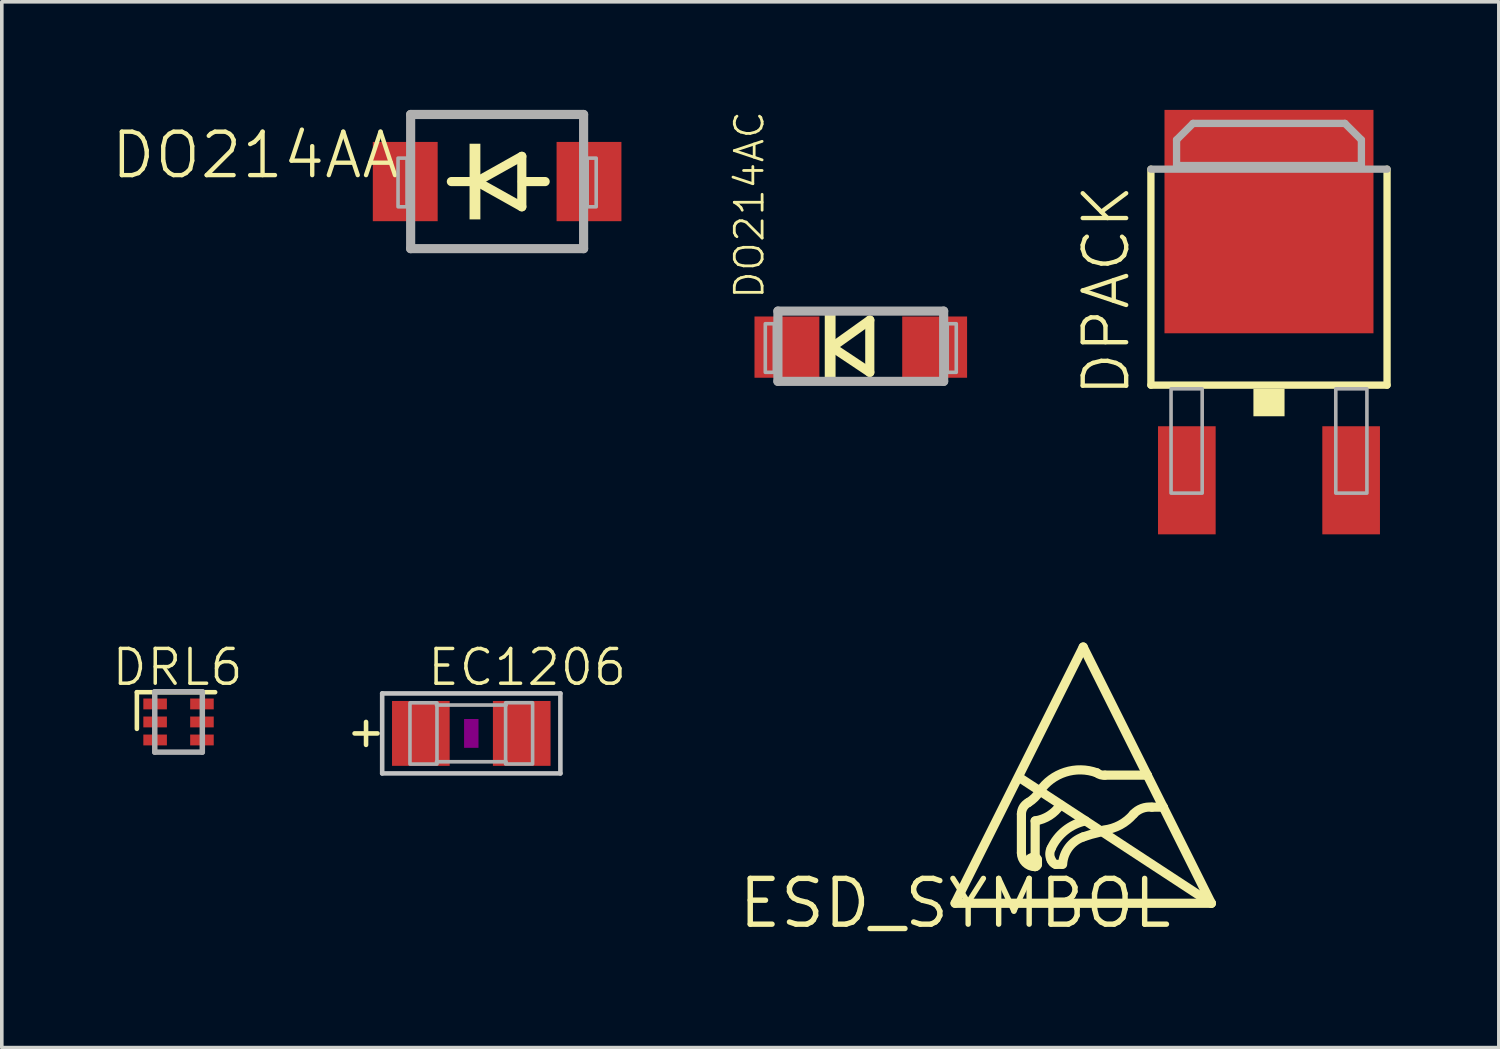
<source format=kicad_pcb>
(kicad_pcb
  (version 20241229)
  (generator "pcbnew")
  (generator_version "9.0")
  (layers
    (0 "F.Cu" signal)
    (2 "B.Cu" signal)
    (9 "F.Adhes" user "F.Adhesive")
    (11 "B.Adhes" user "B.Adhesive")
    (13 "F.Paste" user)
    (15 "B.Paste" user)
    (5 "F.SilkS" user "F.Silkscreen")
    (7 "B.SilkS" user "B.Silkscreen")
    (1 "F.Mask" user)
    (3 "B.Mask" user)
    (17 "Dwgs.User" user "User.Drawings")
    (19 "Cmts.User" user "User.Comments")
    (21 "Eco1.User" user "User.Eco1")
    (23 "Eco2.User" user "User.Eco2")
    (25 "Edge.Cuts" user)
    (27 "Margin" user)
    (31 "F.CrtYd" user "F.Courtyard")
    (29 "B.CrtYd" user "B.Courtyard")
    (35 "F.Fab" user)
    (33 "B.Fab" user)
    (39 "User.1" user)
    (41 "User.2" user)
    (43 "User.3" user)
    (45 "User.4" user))
  (footprint "DRL6"
    (layer "F.Cu")
    (at 1.905 16.987)
    (property "Reference" "DRL6" (at -1.905 -0.953 0) (layer "F.SilkS") (effects (font (size 0.965 0.965) (thickness 0.097)) (justify left bottom)))
    (attr through_hole)
    (fp_line (start -1.156 -0.826) (end -1.156 0.191) (stroke (width 0.127) (type solid)) (layer "F.SilkS"))
    (fp_line (start 1.016 -0.826) (end -1.156 -0.826) (stroke (width 0.127) (type solid)) (layer "F.SilkS"))
    (fp_line (start -0.66 -0.838) (end -0.66 0.838) (stroke (width 0.152) (type solid)) (layer "F.Fab"))
    (fp_line (start -0.66 0.838) (end 0.66 0.838) (stroke (width 0.152) (type solid)) (layer "F.Fab"))
    (fp_line (start 0.66 -0.838) (end -0.66 -0.838) (stroke (width 0.152) (type solid)) (layer "F.Fab"))
    (fp_line (start 0.66 0.838) (end 0.66 -0.838) (stroke (width 0.152) (type solid)) (layer "F.Fab"))
    (pad "1" smd rect (at -0.65 -0.5) (size 0.654 0.301) (layers "F.Cu" "F.Mask" "F.Paste"))
    (pad "2" smd rect (at -0.65 0) (size 0.654 0.301) (layers "F.Cu" "F.Mask" "F.Paste"))
    (pad "3" smd rect (at -0.65 0.5) (size 0.654 0.301) (layers "F.Cu" "F.Mask" "F.Paste"))
    (pad "4" smd rect (at 0.65 0.5) (size 0.654 0.301) (layers "F.Cu" "F.Mask" "F.Paste"))
    (pad "5" smd rect (at 0.65 0) (size 0.654 0.301) (layers "F.Cu" "F.Mask" "F.Paste"))
    (pad "6" smd rect (at 0.65 -0.5) (size 0.654 0.301) (layers "F.Cu" "F.Mask" "F.Paste")))
  (footprint "DO214AC"
    (layer "F.Cu")
    (at 20.84 6.584)
    (property "Reference" "DO214AC" (at -2.64 -1.286 90) (layer "F.SilkS") (effects (font (size 0.772 0.772) (thickness 0.077)) (justify left bottom)))
    (attr through_hole)
    (fp_line (start -0.8 0) (end 0.25 -0.75) (stroke (width 0.254) (type solid)) (layer "F.SilkS"))
    (fp_line (start 0.25 -0.75) (end 0.25 0.7) (stroke (width 0.254) (type solid)) (layer "F.SilkS"))
    (fp_line (start 0.25 0.7) (end -0.8 0) (stroke (width 0.254) (type solid)) (layer "F.SilkS"))
    (fp_poly (pts (xy -1 1.05) (xy -0.7 1.05) (xy -0.7 -1.05) (xy -1 -1.05)) (stroke (width 0) (type solid)) (fill yes) (layer "F.SilkS"))
    (fp_line (start -2.3 -1) (end 2.3 -1) (stroke (width 0.254) (type solid)) (layer "F.Fab"))
    (fp_line (start -2.3 0.95) (end -2.3 -1) (stroke (width 0.254) (type solid)) (layer "F.Fab"))
    (fp_line (start 2.3 -1) (end 2.3 0.95) (stroke (width 0.254) (type solid)) (layer "F.Fab"))
    (fp_line (start 2.3 0.95) (end -2.3 0.95) (stroke (width 0.254) (type solid)) (layer "F.Fab"))
    (fp_poly (pts (xy -2.65 0.7) (xy -2.4 0.7) (xy -2.4 -0.65) (xy -2.65 -0.65)) (stroke (width 0.1) (type solid)) (fill no) (layer "F.Fab"))
    (fp_poly (pts (xy 2.4 0.7) (xy 2.65 0.7) (xy 2.65 -0.65) (xy 2.4 -0.65)) (stroke (width 0.1) (type solid)) (fill no) (layer "F.Fab"))
    (pad "A" smd rect (at 2.05 0) (size 1.8 1.7) (layers "F.Cu" "F.Mask" "F.Paste"))
    (pad "C" smd rect (at -2.05 0) (size 1.8 1.7) (layers "F.Cu" "F.Mask" "F.Paste")))
  (footprint "DO214AA"
    (layer "F.Cu")
    (at 10.747 1.989)
    (property "Reference" "DO214AA" (at -2.64 -1.436 0) (layer "F.SilkS") (effects (font (size 1.206 1.206) (thickness 0.121)) (justify right top)))
    (attr through_hole)
    (fp_line (start -0.635 0) (end -1.27 0) (stroke (width 0.254) (type solid)) (layer "F.SilkS"))
    (fp_line (start -0.565 0) (end 0.685 -0.7) (stroke (width 0.254) (type solid)) (layer "F.SilkS"))
    (fp_line (start 0.685 -0.7) (end 0.685 0.7) (stroke (width 0.254) (type solid)) (layer "F.SilkS"))
    (fp_line (start 0.685 0.7) (end -0.565 0) (stroke (width 0.254) (type solid)) (layer "F.SilkS"))
    (fp_line (start 1.333 0) (end 0.699 0) (stroke (width 0.254) (type solid)) (layer "F.SilkS"))
    (fp_poly (pts (xy -0.765 1.05) (xy -0.465 1.05) (xy -0.465 -1.05) (xy -0.765 -1.05)) (stroke (width 0) (type solid)) (fill yes) (layer "F.SilkS"))
    (fp_line (start -2.4 -1.862) (end 2.4 -1.862) (stroke (width 0.254) (type solid)) (layer "F.Fab"))
    (fp_line (start -2.4 1.862) (end -2.4 -1.862) (stroke (width 0.254) (type solid)) (layer "F.Fab"))
    (fp_line (start 2.4 -1.862) (end 2.4 1.862) (stroke (width 0.254) (type solid)) (layer "F.Fab"))
    (fp_line (start 2.4 1.862) (end -2.4 1.862) (stroke (width 0.254) (type solid)) (layer "F.Fab"))
    (fp_poly (pts (xy -2.75 0.7) (xy -2.5 0.7) (xy -2.5 -0.65) (xy -2.75 -0.65)) (stroke (width 0.1) (type solid)) (fill no) (layer "F.Fab"))
    (fp_poly (pts (xy 2.5 0.7) (xy 2.75 0.7) (xy 2.75 -0.65) (xy 2.5 -0.65)) (stroke (width 0.1) (type solid)) (fill no) (layer "F.Fab"))
    (pad "A" smd rect (at 2.55 0) (size 1.8 2.2) (layers "F.Cu" "F.Mask" "F.Paste"))
    (pad "C" smd rect (at -2.55 0) (size 1.8 2.2) (layers "F.Cu" "F.Mask" "F.Paste")))
  (footprint "EC1206"
    (layer "F.Cu")
    (at 10.03 17.305)
    (property "Reference" "EC1206" (at -1.27 -1.27 0) (layer "F.SilkS") (effects (font (size 0.965 0.965) (thickness 0.097)) (justify left bottom)))
    (attr through_hole)
    (fp_line (start -3.239 0) (end -2.603 0) (stroke (width 0.127) (type solid)) (layer "F.SilkS"))
    (fp_line (start -2.921 -0.318) (end -2.921 0.318) (stroke (width 0.127) (type solid)) (layer "F.SilkS"))
    (fp_poly (pts (xy -0.2 0.4) (xy 0.2 0.4) (xy 0.2 -0.4) (xy -0.2 -0.4)) (stroke (width 0) (type solid)) (fill yes) (layer "F.Adhes"))
    (fp_line (start -2.473 -1.11) (end 2.473 -1.11) (stroke (width 0.127) (type solid)) (layer "Dwgs.User"))
    (fp_line (start -2.473 1.11) (end -2.473 -1.11) (stroke (width 0.127) (type solid)) (layer "Dwgs.User"))
    (fp_line (start 2.473 -1.11) (end 2.473 1.11) (stroke (width 0.127) (type solid)) (layer "Dwgs.User"))
    (fp_line (start 2.473 1.11) (end -2.473 1.11) (stroke (width 0.127) (type solid)) (layer "Dwgs.User"))
    (fp_line (start -0.965 -0.787) (end 0.965 -0.787) (stroke (width 0.102) (type solid)) (layer "F.Fab"))
    (fp_line (start -0.965 0.787) (end 0.965 0.787) (stroke (width 0.102) (type solid)) (layer "F.Fab"))
    (fp_poly (pts (xy -1.702 0.851) (xy -0.952 0.851) (xy -0.952 -0.849) (xy -1.702 -0.849)) (stroke (width 0.1) (type solid)) (fill no) (layer "F.Fab"))
    (fp_poly (pts (xy 0.952 0.849) (xy 1.702 0.849) (xy 1.702 -0.851) (xy 0.952 -0.851)) (stroke (width 0.1) (type solid)) (fill no) (layer "F.Fab"))
    (pad "+" smd rect (at -1.4 0) (size 1.6 1.8) (layers "F.Cu" "F.Mask" "F.Paste"))
    (pad "-" smd rect (at 1.4 0) (size 1.6 1.8) (layers "F.Cu" "F.Mask" "F.Paste")))
  (footprint "DPACK"
    (layer "F.Cu")
    (at 32.169 5.48)
    (property "Reference" "DPACK" (at -3.81 2.54 270) (layer "F.SilkS") (effects (font (size 1.206 1.206) (thickness 0.121)) (justify left bottom)))
    (attr through_hole)
    (fp_line (start -3.277 2.159) (end -3.277 -3.835) (stroke (width 0.203) (type solid)) (layer "F.SilkS"))
    (fp_line (start 3.277 -3.835) (end 3.277 2.159) (stroke (width 0.203) (type solid)) (layer "F.SilkS"))
    (fp_line (start 3.277 2.159) (end -3.277 2.159) (stroke (width 0.203) (type solid)) (layer "F.SilkS"))
    (fp_poly (pts (xy -0.432 3.023) (xy 0.432 3.023) (xy 0.432 2.261) (xy -0.432 2.261)) (stroke (width 0) (type solid)) (fill yes) (layer "F.SilkS"))
    (fp_line (start -3.277 -3.835) (end 3.277 -3.835) (stroke (width 0.203) (type solid)) (layer "F.Fab"))
    (fp_line (start -2.565 -4.648) (end -2.108 -5.105) (stroke (width 0.203) (type solid)) (layer "F.Fab"))
    (fp_line (start -2.565 -3.937) (end -2.565 -4.648) (stroke (width 0.203) (type solid)) (layer "F.Fab"))
    (fp_line (start -2.108 -5.105) (end 2.108 -5.105) (stroke (width 0.203) (type solid)) (layer "F.Fab"))
    (fp_line (start 2.108 -5.105) (end 2.565 -4.648) (stroke (width 0.203) (type solid)) (layer "F.Fab"))
    (fp_line (start 2.565 -4.648) (end 2.565 -3.937) (stroke (width 0.203) (type solid)) (layer "F.Fab"))
    (fp_line (start 2.565 -3.937) (end -2.565 -3.937) (stroke (width 0.203) (type solid)) (layer "F.Fab"))
    (fp_poly (pts (xy -2.718 5.156) (xy -1.854 5.156) (xy -1.854 2.261) (xy -2.718 2.261)) (stroke (width 0.1) (type solid)) (fill no) (layer "F.Fab"))
    (fp_poly (pts (xy 1.854 5.156) (xy 2.718 5.156) (xy 2.718 2.261) (xy 1.854 2.261)) (stroke (width 0.1) (type solid)) (fill no) (layer "F.Fab"))
    (fp_poly (pts (xy -2.565 -3.937) (xy -2.565 -4.648) (xy -2.108 -5.105) (xy 2.108 -5.105) (xy 2.565 -4.648) (xy 2.565 -3.937)) (stroke (width 0.1) (type solid)) (fill no) (layer "F.Fab"))
    (pad "1" smd rect (at -2.28 4.8) (size 1.6 3) (layers "F.Cu" "F.Mask" "F.Paste"))
    (pad "3" smd rect (at 2.28 4.8) (size 1.6 3) (layers "F.Cu" "F.Mask" "F.Paste"))
    (pad "4" smd rect (at 0 -2.38) (size 5.8 6.2) (layers "F.Cu" "F.Mask" "F.Paste")))
  (footprint "ESD_SYMBOL"
    (layer "F.Cu")
    (at 23.457 22.019)
    (property "Reference" "ESD_SYMBOL" (at 0 0 0) (layer "F.SilkS") (effects (font (size 1.27 1.27) (thickness 0.15))))
    (attr through_hole)
    (fp_line (start 0 0) (end 7.112 0) (stroke (width 0.254) (type solid)) (layer "F.SilkS"))
    (fp_line (start 1.778 -3.493) (end 7.112 0) (stroke (width 0.254) (type solid)) (layer "F.SilkS"))
    (fp_line (start 1.841 -2.477) (end 1.841 -1.397) (stroke (width 0.254) (type solid)) (layer "F.SilkS"))
    (fp_line (start 2.223 -1.27) (end 2.159 -1.27) (stroke (width 0.254) (type solid)) (layer "F.SilkS"))
    (fp_line (start 2.223 -1.27) (end 2.223 -2.286) (stroke (width 0.254) (type solid)) (layer "F.SilkS"))
    (fp_line (start 2.286 -1.079) (end 2.286 -1.206) (stroke (width 0.254) (type solid)) (layer "F.SilkS"))
    (fp_line (start 2.794 -1.079) (end 2.946 -1.079) (stroke (width 0.254) (type solid)) (layer "F.SilkS"))
    (fp_line (start 3.556 -7.112) (end 0 0) (stroke (width 0.254) (type solid)) (layer "F.SilkS"))
    (fp_line (start 4.154 -3.556) (end 5.334 -3.556) (stroke (width 0.254) (type solid)) (layer "F.SilkS"))
    (fp_line (start 5.334 -3.556) (end 3.556 -7.112) (stroke (width 0.254) (type solid)) (layer "F.SilkS"))
    (fp_line (start 5.779 -2.667) (end 5.334 -3.556) (stroke (width 0.254) (type solid)) (layer "F.SilkS"))
    (fp_line (start 5.779 -2.667) (end 5.461 -2.667) (stroke (width 0.254) (type solid)) (layer "F.SilkS"))
    (fp_line (start 7.112 0) (end 5.779 -2.667) (stroke (width 0.254) (type solid)) (layer "F.SilkS"))
    (fp_arc (start 1.841499 -2.476499) (mid 1.892745 -2.661652) (end 2.032 -2.794) (stroke (width 0.254) (type solid)) (layer "F.SilkS"))
    (fp_arc (start 2.032 -1.143) (mid 2.069197 -1.232803) (end 2.159 -1.27) (stroke (width 0.254) (type solid)) (layer "F.SilkS"))
    (fp_arc (start 2.2225 -1.27) (mid 2.267401 -1.251401) (end 2.286 -1.2065) (stroke (width 0.254) (type solid)) (layer "F.SilkS"))
    (fp_arc (start 2.2225 -1.016) (mid 1.953092 -1.127592) (end 1.8415 -1.397) (stroke (width 0.254) (type solid)) (layer "F.SilkS"))
    (fp_arc (start 2.285999 -1.079499) (mid 2.26743 -1.034569) (end 2.2225 -1.016) (stroke (width 0.254) (type solid)) (layer "F.SilkS"))
    (fp_arc (start 2.3495 -3.1115) (mid 2.210301 -2.933199) (end 2.032 -2.794) (stroke (width 0.254) (type solid)) (layer "F.SilkS"))
    (fp_arc (start 2.3495 -3.1115) (mid 3.056084 -3.637891) (end 3.936999 -3.619499) (stroke (width 0.254) (type solid)) (layer "F.SilkS"))
    (fp_arc (start 2.666999 -1.524) (mid 3.053291 -2.017449) (end 3.6195 -2.286) (stroke (width 0.254) (type solid)) (layer "F.SilkS"))
    (fp_arc (start 2.667 -1.2065) (mid 2.629535 -1.36525) (end 2.667 -1.524) (stroke (width 0.254) (type solid)) (layer "F.SilkS"))
    (fp_arc (start 2.794 -1.0795) (mid 2.71551 -1.12801) (end 2.667 -1.2065) (stroke (width 0.254) (type solid)) (layer "F.SilkS"))
    (fp_arc (start 2.921 -2.7305) (mid 2.61894 -2.434094) (end 2.2225 -2.285999) (stroke (width 0.254) (type solid)) (layer "F.SilkS"))
    (fp_arc (start 2.984499 -1.079501) (mid 3.15485 -1.54705) (end 3.556 -1.8415) (stroke (width 0.254) (type solid)) (layer "F.SilkS"))
    (fp_arc (start 3.556 -1.8415) (mid 3.776318 -1.911761) (end 4.0005 -1.9685) (stroke (width 0.254) (type solid)) (layer "F.SilkS"))
    (fp_arc (start 4.153799 -3.556) (mid 4.039085 -3.566192) (end 3.937 -3.6195) (stroke (width 0.254) (type solid)) (layer "F.SilkS"))
    (fp_arc (start 4.952999 -2.4765) (mid 5.184516 -2.631706) (end 5.461 -2.667) (stroke (width 0.254) (type solid)) (layer "F.SilkS"))
    (fp_arc (start 4.953 -2.4765) (mid 4.583049 -2.174767) (end 4.1275 -2.032) (stroke (width 0.254) (type solid)) (layer "F.SilkS")))
  (gr_rect
    (start -3 -3)
    (end 38.548 26.025)
    (stroke (width 0.1) (type default))
    (fill no)
    (layer "Edge.Cuts")))
</source>
